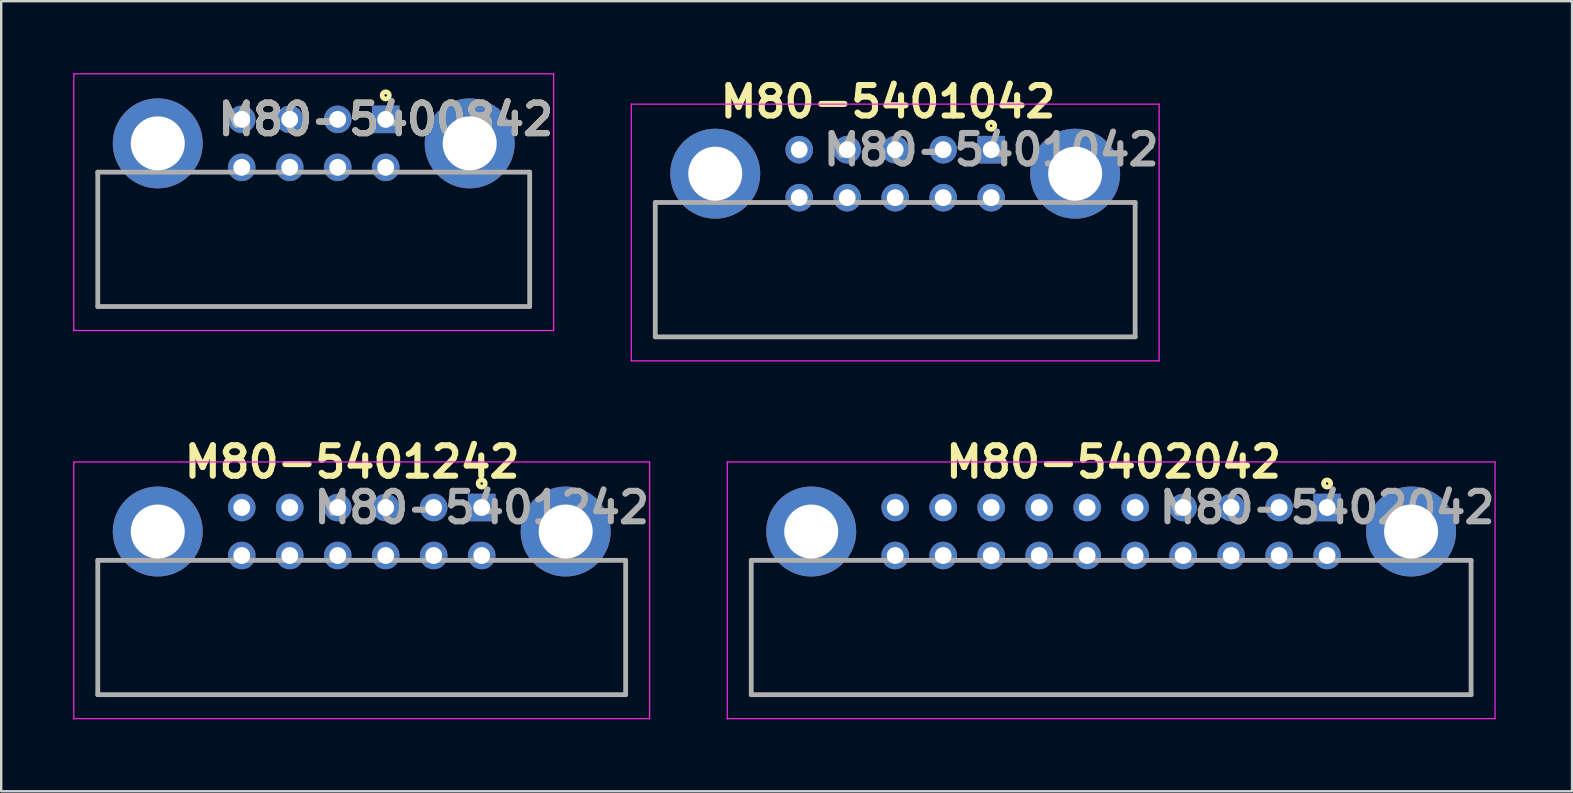
<source format=kicad_pcb>
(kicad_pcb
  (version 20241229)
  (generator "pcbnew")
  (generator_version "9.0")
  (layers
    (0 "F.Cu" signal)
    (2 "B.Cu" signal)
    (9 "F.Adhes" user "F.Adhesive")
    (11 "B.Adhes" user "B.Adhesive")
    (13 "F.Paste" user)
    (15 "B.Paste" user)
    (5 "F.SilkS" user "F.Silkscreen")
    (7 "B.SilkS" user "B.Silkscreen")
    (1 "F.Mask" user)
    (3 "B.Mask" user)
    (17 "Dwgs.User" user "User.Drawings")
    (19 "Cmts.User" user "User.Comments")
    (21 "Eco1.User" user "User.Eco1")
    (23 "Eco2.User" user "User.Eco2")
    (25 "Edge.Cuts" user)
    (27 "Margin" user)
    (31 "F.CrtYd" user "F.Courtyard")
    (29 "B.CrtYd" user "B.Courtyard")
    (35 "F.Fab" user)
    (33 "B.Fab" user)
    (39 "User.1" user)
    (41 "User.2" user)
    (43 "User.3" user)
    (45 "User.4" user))
  (footprint "M80-5401042"
    (layer "F.Cu")
    (at 38.259 3.189)
    (property "Reference" "M80-5401042" (at -4.3 -2 0) (layer "F.SilkS") (effects (font (size 1.27 1.27) (thickness 0.254))))
    (attr through_hole)
    (fp_line (start -14 7.8) (end -14 2.2) (stroke (width 0.1) (type solid)) (layer "F.SilkS"))
    (fp_line (start 6 2.2) (end 6 7.8) (stroke (width 0.1) (type solid)) (layer "F.SilkS"))
    (fp_line (start 6 7.8) (end -14 7.8) (stroke (width 0.1) (type solid)) (layer "F.SilkS"))
    (fp_circle (center 0 -1) (end 0 -0.95) (stroke (width 0.2) (type solid)) (fill no) (layer "F.SilkS"))
    (fp_line (start -15 -1.9) (end 7 -1.9) (stroke (width 0.05) (type solid)) (layer "F.CrtYd"))
    (fp_line (start -15 8.8) (end -15 -1.9) (stroke (width 0.05) (type solid)) (layer "F.CrtYd"))
    (fp_line (start 7 -1.9) (end 7 8.8) (stroke (width 0.05) (type solid)) (layer "F.CrtYd"))
    (fp_line (start 7 8.8) (end -15 8.8) (stroke (width 0.05) (type solid)) (layer "F.CrtYd"))
    (fp_line (start -14 2.2) (end 6 2.2) (stroke (width 0.2) (type solid)) (layer "F.Fab"))
    (fp_line (start -14 7.8) (end -14 2.2) (stroke (width 0.2) (type solid)) (layer "F.Fab"))
    (fp_line (start 6 2.2) (end 6 7.8) (stroke (width 0.2) (type solid)) (layer "F.Fab"))
    (fp_line (start 6 7.8) (end -14 7.8) (stroke (width 0.2) (type solid)) (layer "F.Fab"))
    (fp_text user "${REFERENCE}" (at 0 0 0) (layer "F.Fab") (effects (font (size 1.27 1.27) (thickness 0.254))))
    (pad "1" thru_hole rect (at 0 0) (size 1.15 1.15) (drill 0.7) (layers "*.Cu" "*.Mask"))
    (pad "2" thru_hole circle (at -2 0) (size 1.15 1.15) (drill 0.7) (layers "*.Cu" "*.Mask"))
    (pad "3" thru_hole circle (at -4 0) (size 1.15 1.15) (drill 0.7) (layers "*.Cu" "*.Mask"))
    (pad "4" thru_hole circle (at -6 0) (size 1.15 1.15) (drill 0.7) (layers "*.Cu" "*.Mask"))
    (pad "5" thru_hole circle (at -8 0) (size 1.15 1.15) (drill 0.7) (layers "*.Cu" "*.Mask"))
    (pad "6" thru_hole circle (at 0 2) (size 1.15 1.15) (drill 0.7) (layers "*.Cu" "*.Mask"))
    (pad "7" thru_hole circle (at -2 2) (size 1.15 1.15) (drill 0.7) (layers "*.Cu" "*.Mask"))
    (pad "8" thru_hole circle (at -4 2) (size 1.15 1.15) (drill 0.7) (layers "*.Cu" "*.Mask"))
    (pad "9" thru_hole circle (at -6 2) (size 1.15 1.15) (drill 0.7) (layers "*.Cu" "*.Mask"))
    (pad "10" thru_hole circle (at -8 2) (size 1.15 1.15) (drill 0.7) (layers "*.Cu" "*.Mask"))
    (pad "11" thru_hole circle (at 3.5 1) (size 3.75 3.75) (drill 2.25) (layers "*.Cu" "*.Mask"))
    (pad "12" thru_hole circle (at -11.5 1) (size 3.75 3.75) (drill 2.25) (layers "*.Cu" "*.Mask")))
  (footprint "M80-5401242"
    (layer "F.Cu")
    (at 17.025 18.102)
    (property "Reference" "M80-5401242" (at -5.4 -1.9 0) (layer "F.SilkS") (effects (font (size 1.27 1.27) (thickness 0.254))))
    (attr through_hole)
    (fp_line (start -16 7.8) (end -16 2.2) (stroke (width 0.1) (type solid)) (layer "F.SilkS"))
    (fp_line (start 6 2.2) (end 6 7.8) (stroke (width 0.1) (type solid)) (layer "F.SilkS"))
    (fp_line (start 6 7.8) (end -16 7.8) (stroke (width 0.1) (type solid)) (layer "F.SilkS"))
    (fp_circle (center 0 -1) (end 0 -0.95) (stroke (width 0.2) (type solid)) (fill no) (layer "F.SilkS"))
    (fp_line (start -17 -1.9) (end 7 -1.9) (stroke (width 0.05) (type solid)) (layer "F.CrtYd"))
    (fp_line (start -17 8.8) (end -17 -1.9) (stroke (width 0.05) (type solid)) (layer "F.CrtYd"))
    (fp_line (start 7 -1.9) (end 7 8.8) (stroke (width 0.05) (type solid)) (layer "F.CrtYd"))
    (fp_line (start 7 8.8) (end -17 8.8) (stroke (width 0.05) (type solid)) (layer "F.CrtYd"))
    (fp_line (start -16 2.2) (end 6 2.2) (stroke (width 0.2) (type solid)) (layer "F.Fab"))
    (fp_line (start -16 7.8) (end -16 2.2) (stroke (width 0.2) (type solid)) (layer "F.Fab"))
    (fp_line (start 6 2.2) (end 6 7.8) (stroke (width 0.2) (type solid)) (layer "F.Fab"))
    (fp_line (start 6 7.8) (end -16 7.8) (stroke (width 0.2) (type solid)) (layer "F.Fab"))
    (fp_text user "${REFERENCE}" (at 0 0 0) (layer "F.Fab") (effects (font (size 1.27 1.27) (thickness 0.254))))
    (pad "1" thru_hole rect (at 0 0) (size 1.15 1.15) (drill 0.7) (layers "*.Cu" "*.Mask"))
    (pad "2" thru_hole circle (at -2 0) (size 1.15 1.15) (drill 0.7) (layers "*.Cu" "*.Mask"))
    (pad "3" thru_hole circle (at -4 0) (size 1.15 1.15) (drill 0.7) (layers "*.Cu" "*.Mask"))
    (pad "4" thru_hole circle (at -6 0) (size 1.15 1.15) (drill 0.7) (layers "*.Cu" "*.Mask"))
    (pad "5" thru_hole circle (at -8 0) (size 1.15 1.15) (drill 0.7) (layers "*.Cu" "*.Mask"))
    (pad "6" thru_hole circle (at -10 0) (size 1.15 1.15) (drill 0.7) (layers "*.Cu" "*.Mask"))
    (pad "7" thru_hole circle (at 0 2) (size 1.15 1.15) (drill 0.7) (layers "*.Cu" "*.Mask"))
    (pad "8" thru_hole circle (at -2 2) (size 1.15 1.15) (drill 0.7) (layers "*.Cu" "*.Mask"))
    (pad "9" thru_hole circle (at -4 2) (size 1.15 1.15) (drill 0.7) (layers "*.Cu" "*.Mask"))
    (pad "10" thru_hole circle (at -6 2) (size 1.15 1.15) (drill 0.7) (layers "*.Cu" "*.Mask"))
    (pad "11" thru_hole circle (at -8 2) (size 1.15 1.15) (drill 0.7) (layers "*.Cu" "*.Mask"))
    (pad "12" thru_hole circle (at -10 2) (size 1.15 1.15) (drill 0.7) (layers "*.Cu" "*.Mask"))
    (pad "13" thru_hole circle (at 3.5 1) (size 3.75 3.75) (drill 2.25) (layers "*.Cu" "*.Mask"))
    (pad "14" thru_hole circle (at -13.5 1) (size 3.75 3.75) (drill 2.25) (layers "*.Cu" "*.Mask")))
  (footprint "M80-5400842"
    (layer "F.Cu")
    (at 13.025 1.925)
    (property "Reference" "M80-5400842" (at 0 0 0) (layer "F.SilkS") (effects (font (size 1.27 1.27) (thickness 0.254))))
    (attr through_hole)
    (fp_line (start -12 7.8) (end -12 2.2) (stroke (width 0.1) (type solid)) (layer "F.SilkS"))
    (fp_line (start 6 2.2) (end 6 7.8) (stroke (width 0.1) (type solid)) (layer "F.SilkS"))
    (fp_line (start 6 7.8) (end -12 7.8) (stroke (width 0.1) (type solid)) (layer "F.SilkS"))
    (fp_circle (center 0 -1) (end 0 -0.95) (stroke (width 0.2) (type solid)) (fill no) (layer "F.SilkS"))
    (fp_line (start -13 -1.9) (end 7 -1.9) (stroke (width 0.05) (type solid)) (layer "F.CrtYd"))
    (fp_line (start -13 8.8) (end -13 -1.9) (stroke (width 0.05) (type solid)) (layer "F.CrtYd"))
    (fp_line (start 7 -1.9) (end 7 8.8) (stroke (width 0.05) (type solid)) (layer "F.CrtYd"))
    (fp_line (start 7 8.8) (end -13 8.8) (stroke (width 0.05) (type solid)) (layer "F.CrtYd"))
    (fp_line (start -12 2.2) (end 6 2.2) (stroke (width 0.2) (type solid)) (layer "F.Fab"))
    (fp_line (start -12 7.8) (end -12 2.2) (stroke (width 0.2) (type solid)) (layer "F.Fab"))
    (fp_line (start 6 2.2) (end 6 7.8) (stroke (width 0.2) (type solid)) (layer "F.Fab"))
    (fp_line (start 6 7.8) (end -12 7.8) (stroke (width 0.2) (type solid)) (layer "F.Fab"))
    (fp_text user "${REFERENCE}" (at 0 0 0) (layer "F.Fab") (effects (font (size 1.27 1.27) (thickness 0.254))))
    (pad "1" thru_hole rect (at 0 0) (size 1.15 1.15) (drill 0.7) (layers "*.Cu" "*.Mask"))
    (pad "2" thru_hole circle (at -2 0) (size 1.15 1.15) (drill 0.7) (layers "*.Cu" "*.Mask"))
    (pad "3" thru_hole circle (at -4 0) (size 1.15 1.15) (drill 0.7) (layers "*.Cu" "*.Mask"))
    (pad "4" thru_hole circle (at -6 0) (size 1.15 1.15) (drill 0.7) (layers "*.Cu" "*.Mask"))
    (pad "5" thru_hole circle (at 0 2) (size 1.15 1.15) (drill 0.7) (layers "*.Cu" "*.Mask"))
    (pad "6" thru_hole circle (at -2 2) (size 1.15 1.15) (drill 0.7) (layers "*.Cu" "*.Mask"))
    (pad "7" thru_hole circle (at -4 2) (size 1.15 1.15) (drill 0.7) (layers "*.Cu" "*.Mask"))
    (pad "8" thru_hole circle (at -6 2) (size 1.15 1.15) (drill 0.7) (layers "*.Cu" "*.Mask"))
    (pad "9" thru_hole circle (at 3.5 1) (size 3.75 3.75) (drill 2.25) (layers "*.Cu" "*.Mask"))
    (pad "10" thru_hole circle (at -9.5 1) (size 3.75 3.75) (drill 2.25) (layers "*.Cu" "*.Mask")))
  (footprint "M80-5402042"
    (layer "F.Cu")
    (at 52.259 18.102)
    (property "Reference" "M80-5402042" (at -8.9 -1.9 0) (layer "F.SilkS") (effects (font (size 1.27 1.27) (thickness 0.254))))
    (attr through_hole)
    (fp_line (start -24 7.8) (end -24 2.2) (stroke (width 0.1) (type solid)) (layer "F.SilkS"))
    (fp_line (start 6 2.2) (end 6 7.8) (stroke (width 0.1) (type solid)) (layer "F.SilkS"))
    (fp_line (start 6 7.8) (end -24 7.8) (stroke (width 0.1) (type solid)) (layer "F.SilkS"))
    (fp_circle (center 0 -1) (end 0 -0.95) (stroke (width 0.2) (type solid)) (fill no) (layer "F.SilkS"))
    (fp_line (start -25 -1.9) (end 7 -1.9) (stroke (width 0.05) (type solid)) (layer "F.CrtYd"))
    (fp_line (start -25 8.8) (end -25 -1.9) (stroke (width 0.05) (type solid)) (layer "F.CrtYd"))
    (fp_line (start 7 -1.9) (end 7 8.8) (stroke (width 0.05) (type solid)) (layer "F.CrtYd"))
    (fp_line (start 7 8.8) (end -25 8.8) (stroke (width 0.05) (type solid)) (layer "F.CrtYd"))
    (fp_line (start -24 2.2) (end 6 2.2) (stroke (width 0.2) (type solid)) (layer "F.Fab"))
    (fp_line (start -24 7.8) (end -24 2.2) (stroke (width 0.2) (type solid)) (layer "F.Fab"))
    (fp_line (start 6 2.2) (end 6 7.8) (stroke (width 0.2) (type solid)) (layer "F.Fab"))
    (fp_line (start 6 7.8) (end -24 7.8) (stroke (width 0.2) (type solid)) (layer "F.Fab"))
    (fp_text user "${REFERENCE}" (at 0 0 0) (layer "F.Fab") (effects (font (size 1.27 1.27) (thickness 0.254))))
    (pad "1" thru_hole rect (at 0 0) (size 1.15 1.15) (drill 0.7) (layers "*.Cu" "*.Mask"))
    (pad "2" thru_hole circle (at -2 0) (size 1.15 1.15) (drill 0.7) (layers "*.Cu" "*.Mask"))
    (pad "3" thru_hole circle (at -4 0) (size 1.15 1.15) (drill 0.7) (layers "*.Cu" "*.Mask"))
    (pad "4" thru_hole circle (at -6 0) (size 1.15 1.15) (drill 0.7) (layers "*.Cu" "*.Mask"))
    (pad "5" thru_hole circle (at -8 0) (size 1.15 1.15) (drill 0.7) (layers "*.Cu" "*.Mask"))
    (pad "6" thru_hole circle (at -10 0) (size 1.15 1.15) (drill 0.7) (layers "*.Cu" "*.Mask"))
    (pad "7" thru_hole circle (at -12 0) (size 1.15 1.15) (drill 0.7) (layers "*.Cu" "*.Mask"))
    (pad "8" thru_hole circle (at -14 0) (size 1.15 1.15) (drill 0.7) (layers "*.Cu" "*.Mask"))
    (pad "9" thru_hole circle (at -16 0) (size 1.15 1.15) (drill 0.7) (layers "*.Cu" "*.Mask"))
    (pad "10" thru_hole circle (at -18 0) (size 1.15 1.15) (drill 0.7) (layers "*.Cu" "*.Mask"))
    (pad "11" thru_hole circle (at 0 2) (size 1.15 1.15) (drill 0.7) (layers "*.Cu" "*.Mask"))
    (pad "12" thru_hole circle (at -2 2) (size 1.15 1.15) (drill 0.7) (layers "*.Cu" "*.Mask"))
    (pad "13" thru_hole circle (at -4 2) (size 1.15 1.15) (drill 0.7) (layers "*.Cu" "*.Mask"))
    (pad "14" thru_hole circle (at -6 2) (size 1.15 1.15) (drill 0.7) (layers "*.Cu" "*.Mask"))
    (pad "15" thru_hole circle (at -8 2) (size 1.15 1.15) (drill 0.7) (layers "*.Cu" "*.Mask"))
    (pad "16" thru_hole circle (at -10 2) (size 1.15 1.15) (drill 0.7) (layers "*.Cu" "*.Mask"))
    (pad "17" thru_hole circle (at -12 2) (size 1.15 1.15) (drill 0.7) (layers "*.Cu" "*.Mask"))
    (pad "18" thru_hole circle (at -14 2) (size 1.15 1.15) (drill 0.7) (layers "*.Cu" "*.Mask"))
    (pad "19" thru_hole circle (at -16 2) (size 1.15 1.15) (drill 0.7) (layers "*.Cu" "*.Mask"))
    (pad "20" thru_hole circle (at -18 2) (size 1.15 1.15) (drill 0.7) (layers "*.Cu" "*.Mask"))
    (pad "21" thru_hole circle (at 3.5 1) (size 3.75 3.75) (drill 2.25) (layers "*.Cu" "*.Mask"))
    (pad "22" thru_hole circle (at -21.5 1) (size 3.75 3.75) (drill 2.25) (layers "*.Cu" "*.Mask")))
  (gr_rect
    (start -3 -3)
    (end 62.468 29.927)
    (stroke (width 0.1) (type default))
    (fill no)
    (layer "Edge.Cuts")))
</source>
